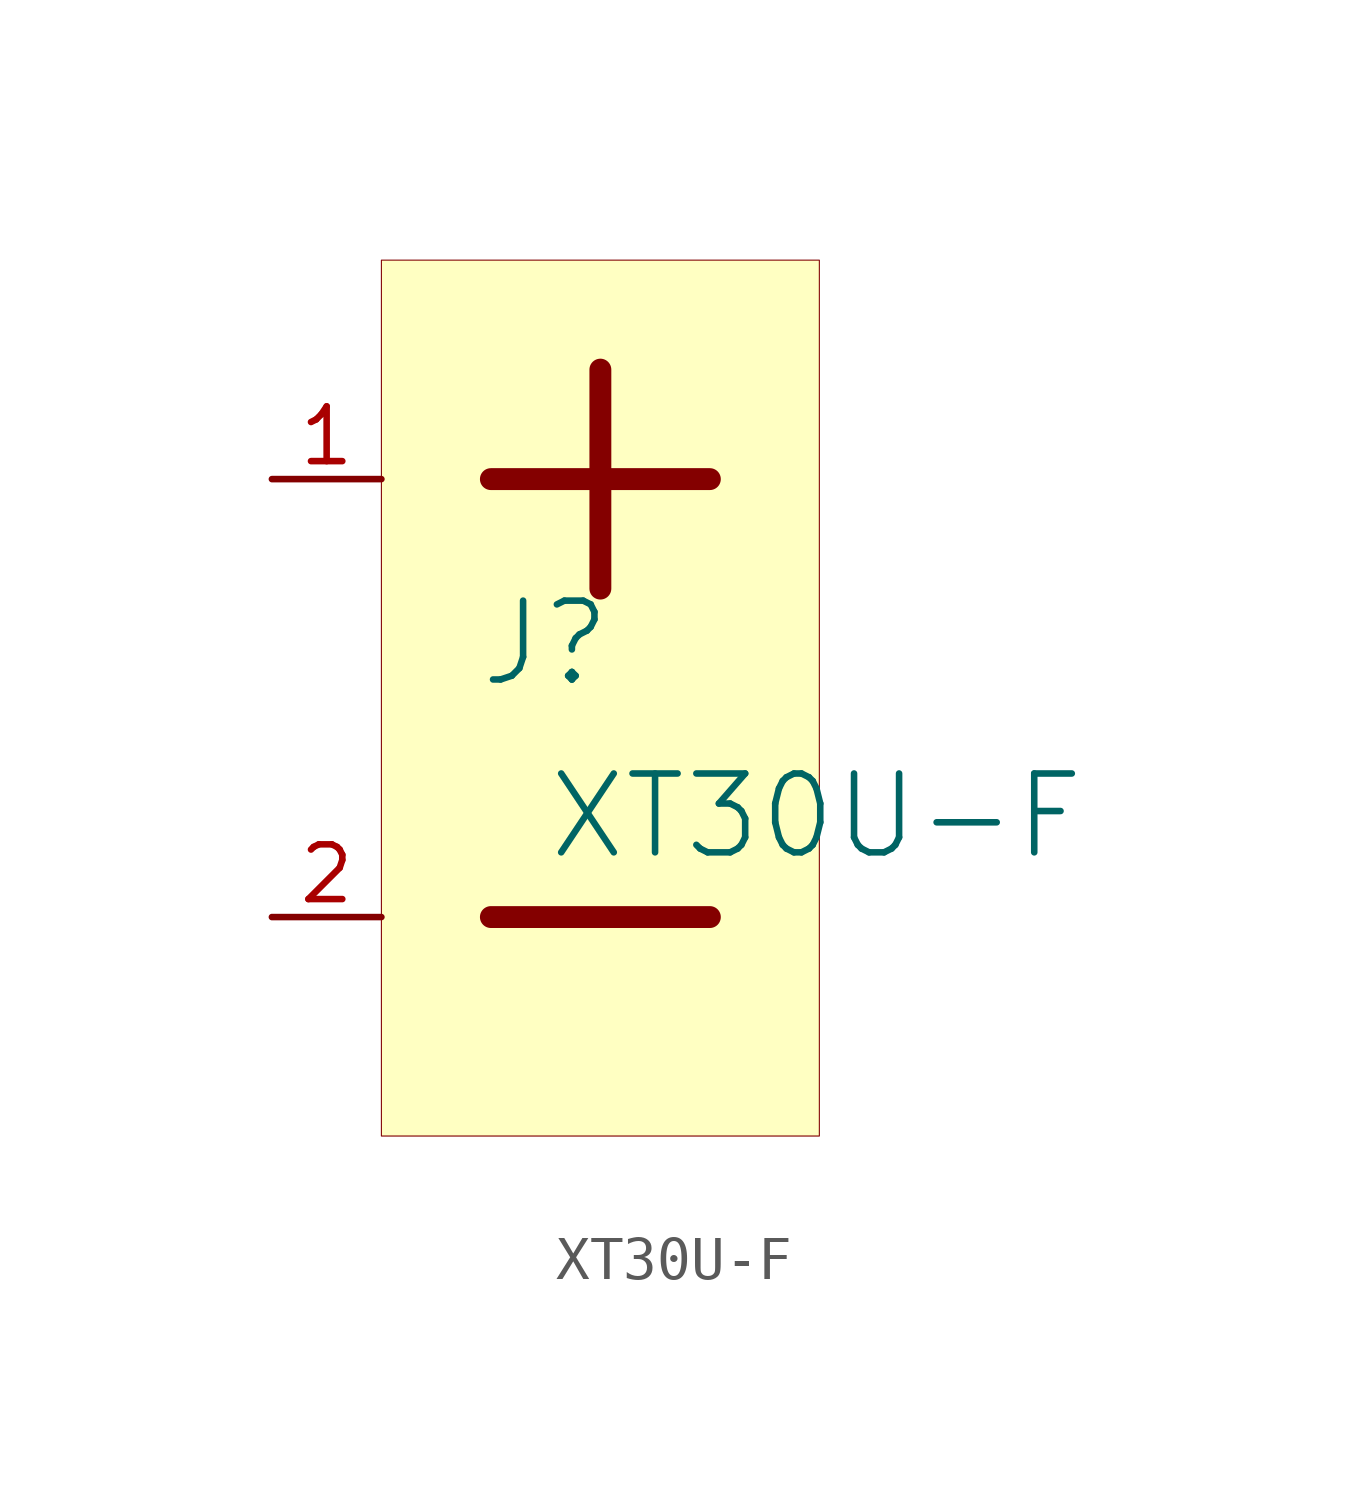
<source format=kicad_sym>
(kicad_symbol_lib
  (version 20231120)
  (generator "kicad_symbol_editor")
  (generator_version "8.0")
  (symbol "XT30U-F"
    (property "Reference" "J"
      (at -1.27 1.27 0)
      (effects (font (size 1.829 1.829))))
    (property "Value" "XT30U-F"
      (at -1.27 -3.81 0)
      (effects (font (size 1.829 1.829)) (justify left bottom)))
    (symbol "XT30U-F_1_0"
      (polyline (pts (xy -2.54 -5.08) (xy 2.54 -5.08)) (stroke (width 0.508) (type solid)) (fill (type none)))
      (polyline (pts (xy -2.54 5.08) (xy 2.54 5.08)) (stroke (width 0.508) (type solid)) (fill (type none)))
      (polyline (pts (xy 0 7.62) (xy 0 2.54)) (stroke (width 0.508) (type solid)) (fill (type none)))
      (rectangle (start 5.08 10.16) (end -5.08 -10.16) (stroke (width 0.025) (type solid) (color 128 0 0 1)) (fill (type background)))
      (pin power_in line (at -7.62 5.08 0) (length 2.54) (name "V+" (effects (font (size 0 0)))) (number "1" (effects (font (size 1.27 1.27)))))
      (pin power_in line (at -7.62 -5.08 0) (length 2.54) (name "V-" (effects (font (size 0 0)))) (number "2" (effects (font (size 1.27 1.27))))))))
</source>
